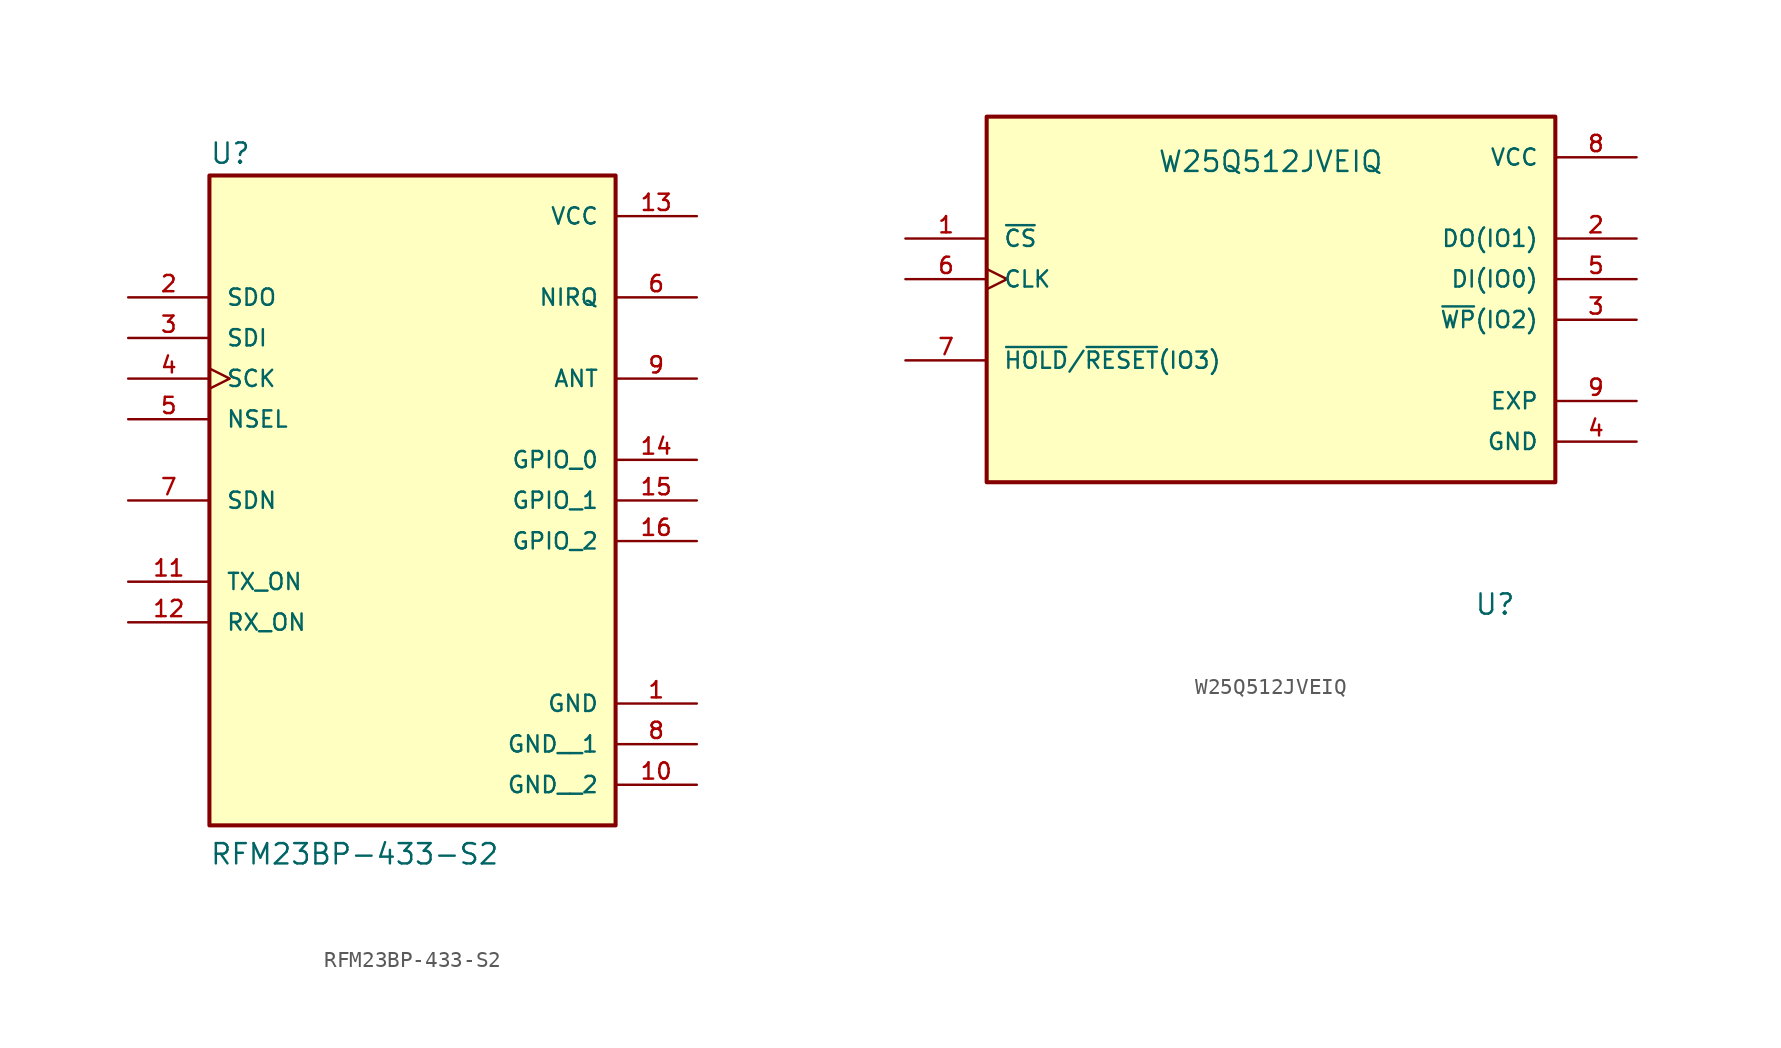
<source format=kicad_sym>
(kicad_symbol_lib
  (version 20231120)
  (generator "kicad_symbol_editor")
  (generator_version "8.0")
  (symbol "RFM23BP-433-S2"
    (pin_names
      (offset 1.016))
    (property "Reference" "U"
      (at -12.7 18.415 0)
      (effects (font (size 1.27 1.27)) (justify left bottom)))
    (property "Value" "RFM23BP-433-S2"
      (at -12.7 -25.4 0)
      (effects (font (size 1.27 1.27)) (justify left bottom)))
    (symbol "RFM23BP-433-S2_0_0"
      (rectangle (start -12.7 -22.86) (end 12.7 17.78) (stroke (width 0.254) (type default)) (fill (type background)))
      (pin power_in line (at 17.78 -15.24 180) (length 5.08) (name "GND" (effects (font (size 1.016 1.016)))) (number "1" (effects (font (size 1.016 1.016)))))
      (pin power_in line (at 17.78 -20.32 180) (length 5.08) (name "GND__2" (effects (font (size 1.016 1.016)))) (number "10" (effects (font (size 1.016 1.016)))))
      (pin input line (at -17.78 -7.62 0) (length 5.08) (name "TX_ON" (effects (font (size 1.016 1.016)))) (number "11" (effects (font (size 1.016 1.016)))))
      (pin input line (at -17.78 -10.16 0) (length 5.08) (name "RX_ON" (effects (font (size 1.016 1.016)))) (number "12" (effects (font (size 1.016 1.016)))))
      (pin power_in line (at 17.78 15.24 180) (length 5.08) (name "VCC" (effects (font (size 1.016 1.016)))) (number "13" (effects (font (size 1.016 1.016)))))
      (pin bidirectional line (at 17.78 0 180) (length 5.08) (name "GPIO_0" (effects (font (size 1.016 1.016)))) (number "14" (effects (font (size 1.016 1.016)))))
      (pin bidirectional line (at 17.78 -2.54 180) (length 5.08) (name "GPIO_1" (effects (font (size 1.016 1.016)))) (number "15" (effects (font (size 1.016 1.016)))))
      (pin bidirectional line (at 17.78 -5.08 180) (length 5.08) (name "GPIO_2" (effects (font (size 1.016 1.016)))) (number "16" (effects (font (size 1.016 1.016)))))
      (pin output line (at -17.78 10.16 0) (length 5.08) (name "SDO" (effects (font (size 1.016 1.016)))) (number "2" (effects (font (size 1.016 1.016)))))
      (pin input line (at -17.78 7.62 0) (length 5.08) (name "SDI" (effects (font (size 1.016 1.016)))) (number "3" (effects (font (size 1.016 1.016)))))
      (pin input clock (at -17.78 5.08 0) (length 5.08) (name "SCK" (effects (font (size 1.016 1.016)))) (number "4" (effects (font (size 1.016 1.016)))))
      (pin input line (at -17.78 2.54 0) (length 5.08) (name "NSEL" (effects (font (size 1.016 1.016)))) (number "5" (effects (font (size 1.016 1.016)))))
      (pin output line (at 17.78 10.16 180) (length 5.08) (name "NIRQ" (effects (font (size 1.016 1.016)))) (number "6" (effects (font (size 1.016 1.016)))))
      (pin input line (at -17.78 -2.54 0) (length 5.08) (name "SDN" (effects (font (size 1.016 1.016)))) (number "7" (effects (font (size 1.016 1.016)))))
      (pin power_in line (at 17.78 -17.78 180) (length 5.08) (name "GND__1" (effects (font (size 1.016 1.016)))) (number "8" (effects (font (size 1.016 1.016)))))
      (pin bidirectional line (at 17.78 5.08 180) (length 5.08) (name "ANT" (effects (font (size 1.016 1.016)))) (number "9" (effects (font (size 1.016 1.016)))))))
  (symbol "W25Q512JVEIQ"
    (pin_names
      (offset 1.016))
    (property "Reference" "U"
      (at 12.7 -18.542 0)
      (effects (font (size 1.27 1.27)) (justify left bottom)))
    (property "Value" "W25Q512JVEIQ"
      (at -7.112 9.144 0)
      (effects (font (size 1.27 1.27)) (justify left bottom)))
    (symbol "W25Q512JVEIQ_0_0"
      (rectangle (start -17.78 12.7) (end 17.78 -10.16) (stroke (width 0.254) (type default)) (fill (type background)))
      (pin input line (at -22.86 5.08 0) (length 5.08) (name "~{CS}" (effects (font (size 1.016 1.016)))) (number "1" (effects (font (size 1.016 1.016)))))
      (pin bidirectional line (at 22.86 5.08 180) (length 5.08) (name "DO(IO1)" (effects (font (size 1.016 1.016)))) (number "2" (effects (font (size 1.016 1.016)))))
      (pin bidirectional line (at 22.86 0 180) (length 5.08) (name "~{WP}(IO2)" (effects (font (size 1.016 1.016)))) (number "3" (effects (font (size 1.016 1.016)))))
      (pin power_in line (at 22.86 -7.62 180) (length 5.08) (name "GND" (effects (font (size 1.016 1.016)))) (number "4" (effects (font (size 1.016 1.016)))))
      (pin bidirectional line (at 22.86 2.54 180) (length 5.08) (name "DI(IO0)" (effects (font (size 1.016 1.016)))) (number "5" (effects (font (size 1.016 1.016)))))
      (pin input clock (at -22.86 2.54 0) (length 5.08) (name "CLK" (effects (font (size 1.016 1.016)))) (number "6" (effects (font (size 1.016 1.016)))))
      (pin bidirectional line (at -22.86 -2.54 0) (length 5.08) (name "~{HOLD}/~{RESET}(IO3)" (effects (font (size 1.016 1.016)))) (number "7" (effects (font (size 1.016 1.016)))))
      (pin power_in line (at 22.86 10.16 180) (length 5.08) (name "VCC" (effects (font (size 1.016 1.016)))) (number "8" (effects (font (size 1.016 1.016)))))
      (pin passive line (at 22.86 -5.08 180) (length 5.08) (name "EXP" (effects (font (size 1.016 1.016)))) (number "9" (effects (font (size 1.016 1.016))))))))
</source>
